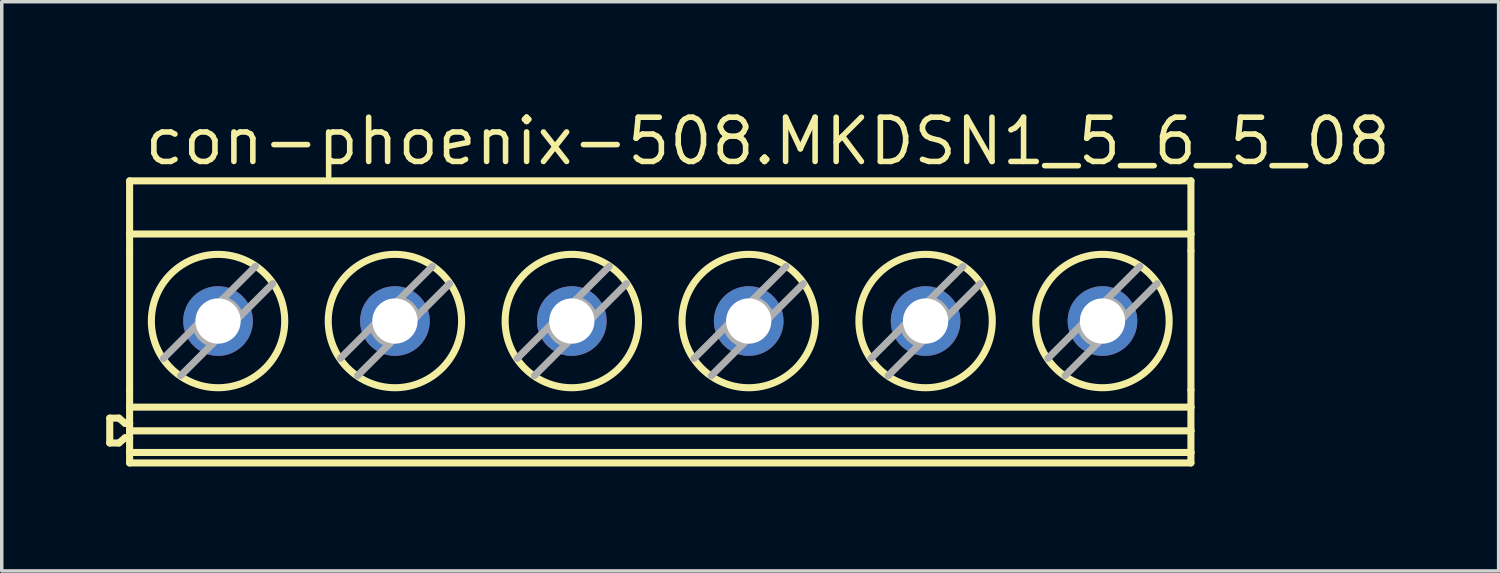
<source format=kicad_pcb>
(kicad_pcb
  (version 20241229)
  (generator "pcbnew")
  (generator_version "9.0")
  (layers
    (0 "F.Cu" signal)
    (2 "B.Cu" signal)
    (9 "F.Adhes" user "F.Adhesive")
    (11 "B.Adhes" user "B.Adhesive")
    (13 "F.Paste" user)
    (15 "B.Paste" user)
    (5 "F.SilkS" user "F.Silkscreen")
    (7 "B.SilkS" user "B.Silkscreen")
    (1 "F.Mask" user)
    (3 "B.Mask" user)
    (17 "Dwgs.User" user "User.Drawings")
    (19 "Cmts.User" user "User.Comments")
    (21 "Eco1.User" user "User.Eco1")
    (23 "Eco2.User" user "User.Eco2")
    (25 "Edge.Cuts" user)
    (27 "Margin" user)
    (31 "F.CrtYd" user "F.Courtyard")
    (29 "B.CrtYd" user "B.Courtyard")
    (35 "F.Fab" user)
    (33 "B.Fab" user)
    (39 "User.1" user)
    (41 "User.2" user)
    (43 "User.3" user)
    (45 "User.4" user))
  (footprint "con-phoenix-508.MKDSN1_5_6_5_08"
    (layer "F.Cu")
    (at 15.912 6.195)
    (property "Reference" "con-phoenix-508.MKDSN1_5_6_5_08" (at -14.89 -4.445 0) (layer "F.SilkS") (effects (font (size 1.27 1.27) (thickness 0.16)) (justify left bottom)))
    (attr through_hole)
    (fp_line (start -15.81 2.763) (end -15.81 3.477) (stroke (width 0.203) (type default)) (layer "F.SilkS"))
    (fp_line (start -15.81 2.763) (end -15.547 2.763) (stroke (width 0.203) (type default)) (layer "F.SilkS"))
    (fp_line (start -15.81 3.477) (end -15.547 3.477) (stroke (width 0.203) (type default)) (layer "F.SilkS"))
    (fp_line (start -15.547 2.763) (end -15.369 2.913) (stroke (width 0.203) (type default)) (layer "F.SilkS"))
    (fp_line (start -15.369 2.913) (end -15.24 2.913) (stroke (width 0.203) (type default)) (layer "F.SilkS"))
    (fp_line (start -15.369 3.327) (end -15.547 3.477) (stroke (width 0.203) (type default)) (layer "F.SilkS"))
    (fp_line (start -15.24 -4.05) (end 15.24 -4.05) (stroke (width 0.203) (type default)) (layer "F.SilkS"))
    (fp_line (start -15.24 -2.524) (end -15.24 -4.05) (stroke (width 0.203) (type default)) (layer "F.SilkS"))
    (fp_line (start -15.24 -2.524) (end -15.24 -2.041) (stroke (width 0.203) (type default)) (layer "F.SilkS"))
    (fp_line (start -15.24 -2.524) (end 15.24 -2.524) (stroke (width 0.203) (type default)) (layer "F.SilkS"))
    (fp_line (start -15.24 1.956) (end -15.24 -2.041) (stroke (width 0.203) (type default)) (layer "F.SilkS"))
    (fp_line (start -15.24 1.956) (end -15.24 2.448) (stroke (width 0.203) (type default)) (layer "F.SilkS"))
    (fp_line (start -15.24 2.913) (end -15.24 2.448) (stroke (width 0.203) (type default)) (layer "F.SilkS"))
    (fp_line (start -15.24 3.128) (end -15.24 2.913) (stroke (width 0.203) (type default)) (layer "F.SilkS"))
    (fp_line (start -15.24 3.128) (end 15.24 3.128) (stroke (width 0.203) (type default)) (layer "F.SilkS"))
    (fp_line (start -15.24 3.327) (end -15.369 3.327) (stroke (width 0.203) (type default)) (layer "F.SilkS"))
    (fp_line (start -15.24 3.327) (end -15.24 3.128) (stroke (width 0.203) (type default)) (layer "F.SilkS"))
    (fp_line (start -15.24 3.75) (end -15.24 3.327) (stroke (width 0.203) (type default)) (layer "F.SilkS"))
    (fp_line (start -15.24 3.75) (end -15.24 4.05) (stroke (width 0.203) (type default)) (layer "F.SilkS"))
    (fp_line (start -15.24 4.05) (end 15.24 4.05) (stroke (width 0.203) (type default)) (layer "F.SilkS"))
    (fp_line (start 15.24 -2.524) (end 15.24 -4.05) (stroke (width 0.203) (type default)) (layer "F.SilkS"))
    (fp_line (start 15.24 -2.524) (end 15.24 -2.041) (stroke (width 0.203) (type default)) (layer "F.SilkS"))
    (fp_line (start 15.24 1.956) (end 15.24 -2.041) (stroke (width 0.203) (type default)) (layer "F.SilkS"))
    (fp_line (start 15.24 1.956) (end 15.24 2.448) (stroke (width 0.203) (type default)) (layer "F.SilkS"))
    (fp_line (start 15.24 2.448) (end -15.24 2.448) (stroke (width 0.203) (type default)) (layer "F.SilkS"))
    (fp_line (start 15.24 3.128) (end 15.24 2.448) (stroke (width 0.203) (type default)) (layer "F.SilkS"))
    (fp_line (start 15.24 3.75) (end -15.24 3.75) (stroke (width 0.203) (type default)) (layer "F.SilkS"))
    (fp_line (start 15.24 3.75) (end 15.24 3.128) (stroke (width 0.203) (type default)) (layer "F.SilkS"))
    (fp_line (start 15.24 3.75) (end 15.24 4.05) (stroke (width 0.203) (type default)) (layer "F.SilkS"))
    (fp_circle (center -12.7 -0.025) (end -10.785 -0.025) (stroke (width 0.203) (type default)) (fill no) (layer "F.SilkS"))
    (fp_circle (center -7.62 -0.025) (end -5.705 -0.025) (stroke (width 0.203) (type default)) (fill no) (layer "F.SilkS"))
    (fp_circle (center -2.54 -0.025) (end -0.625 -0.025) (stroke (width 0.203) (type default)) (fill no) (layer "F.SilkS"))
    (fp_circle (center 2.54 -0.025) (end 4.455 -0.025) (stroke (width 0.203) (type default)) (fill no) (layer "F.SilkS"))
    (fp_circle (center 7.62 -0.025) (end 9.535 -0.025) (stroke (width 0.203) (type default)) (fill no) (layer "F.SilkS"))
    (fp_circle (center 12.7 -0.025) (end 14.615 -0.025) (stroke (width 0.203) (type default)) (fill no) (layer "F.SilkS"))
    (fp_line (start -14.268 1.048) (end -13.339 0.119) (stroke (width 0.203) (type default)) (layer "F.Fab"))
    (fp_line (start -13.339 0.119) (end -12.7 -0.52) (stroke (width 0.203) (type default)) (layer "F.Fab"))
    (fp_line (start -12.86 0.63) (end -13.773 1.543) (stroke (width 0.203) (type default)) (layer "F.Fab"))
    (fp_line (start -12.7 -0.52) (end -12.581 -0.639) (stroke (width 0.203) (type default)) (layer "F.Fab"))
    (fp_line (start -12.7 0.47) (end -12.86 0.63) (stroke (width 0.203) (type default)) (layer "F.Fab"))
    (fp_line (start -12.581 -0.639) (end -11.627 -1.593) (stroke (width 0.203) (type default)) (layer "F.Fab"))
    (fp_line (start -12.07 -0.16) (end -12.7 0.47) (stroke (width 0.203) (type default)) (layer "F.Fab"))
    (fp_line (start -11.132 -1.098) (end -12.07 -0.16) (stroke (width 0.203) (type default)) (layer "F.Fab"))
    (fp_line (start -9.188 1.048) (end -8.259 0.119) (stroke (width 0.203) (type default)) (layer "F.Fab"))
    (fp_line (start -8.259 0.119) (end -7.62 -0.52) (stroke (width 0.203) (type default)) (layer "F.Fab"))
    (fp_line (start -7.78 0.63) (end -8.693 1.543) (stroke (width 0.203) (type default)) (layer "F.Fab"))
    (fp_line (start -7.62 -0.52) (end -7.501 -0.639) (stroke (width 0.203) (type default)) (layer "F.Fab"))
    (fp_line (start -7.62 0.47) (end -7.78 0.63) (stroke (width 0.203) (type default)) (layer "F.Fab"))
    (fp_line (start -7.501 -0.639) (end -6.547 -1.593) (stroke (width 0.203) (type default)) (layer "F.Fab"))
    (fp_line (start -6.99 -0.16) (end -7.62 0.47) (stroke (width 0.203) (type default)) (layer "F.Fab"))
    (fp_line (start -6.052 -1.098) (end -6.99 -0.16) (stroke (width 0.203) (type default)) (layer "F.Fab"))
    (fp_line (start -4.108 1.048) (end -3.179 0.119) (stroke (width 0.203) (type default)) (layer "F.Fab"))
    (fp_line (start -3.179 0.119) (end -2.54 -0.52) (stroke (width 0.203) (type default)) (layer "F.Fab"))
    (fp_line (start -2.7 0.63) (end -3.613 1.543) (stroke (width 0.203) (type default)) (layer "F.Fab"))
    (fp_line (start -2.54 -0.52) (end -2.421 -0.639) (stroke (width 0.203) (type default)) (layer "F.Fab"))
    (fp_line (start -2.54 0.47) (end -2.7 0.63) (stroke (width 0.203) (type default)) (layer "F.Fab"))
    (fp_line (start -2.421 -0.639) (end -1.467 -1.593) (stroke (width 0.203) (type default)) (layer "F.Fab"))
    (fp_line (start -1.91 -0.16) (end -2.54 0.47) (stroke (width 0.203) (type default)) (layer "F.Fab"))
    (fp_line (start -0.972 -1.098) (end -1.91 -0.16) (stroke (width 0.203) (type default)) (layer "F.Fab"))
    (fp_line (start 0.972 1.048) (end 1.901 0.119) (stroke (width 0.203) (type default)) (layer "F.Fab"))
    (fp_line (start 1.901 0.119) (end 2.54 -0.52) (stroke (width 0.203) (type default)) (layer "F.Fab"))
    (fp_line (start 2.38 0.63) (end 1.467 1.543) (stroke (width 0.203) (type default)) (layer "F.Fab"))
    (fp_line (start 2.54 -0.52) (end 2.659 -0.639) (stroke (width 0.203) (type default)) (layer "F.Fab"))
    (fp_line (start 2.54 0.47) (end 2.38 0.63) (stroke (width 0.203) (type default)) (layer "F.Fab"))
    (fp_line (start 2.659 -0.639) (end 3.613 -1.593) (stroke (width 0.203) (type default)) (layer "F.Fab"))
    (fp_line (start 3.17 -0.16) (end 2.54 0.47) (stroke (width 0.203) (type default)) (layer "F.Fab"))
    (fp_line (start 4.108 -1.098) (end 3.17 -0.16) (stroke (width 0.203) (type default)) (layer "F.Fab"))
    (fp_line (start 6.052 1.048) (end 6.981 0.119) (stroke (width 0.203) (type default)) (layer "F.Fab"))
    (fp_line (start 6.981 0.119) (end 7.62 -0.52) (stroke (width 0.203) (type default)) (layer "F.Fab"))
    (fp_line (start 7.46 0.63) (end 6.547 1.543) (stroke (width 0.203) (type default)) (layer "F.Fab"))
    (fp_line (start 7.62 -0.52) (end 7.739 -0.639) (stroke (width 0.203) (type default)) (layer "F.Fab"))
    (fp_line (start 7.62 0.47) (end 7.46 0.63) (stroke (width 0.203) (type default)) (layer "F.Fab"))
    (fp_line (start 7.739 -0.639) (end 8.693 -1.593) (stroke (width 0.203) (type default)) (layer "F.Fab"))
    (fp_line (start 8.25 -0.16) (end 7.62 0.47) (stroke (width 0.203) (type default)) (layer "F.Fab"))
    (fp_line (start 9.188 -1.098) (end 8.25 -0.16) (stroke (width 0.203) (type default)) (layer "F.Fab"))
    (fp_line (start 11.132 1.048) (end 12.061 0.119) (stroke (width 0.203) (type default)) (layer "F.Fab"))
    (fp_line (start 12.061 0.119) (end 12.7 -0.52) (stroke (width 0.203) (type default)) (layer "F.Fab"))
    (fp_line (start 12.54 0.63) (end 11.627 1.543) (stroke (width 0.203) (type default)) (layer "F.Fab"))
    (fp_line (start 12.7 -0.52) (end 12.819 -0.639) (stroke (width 0.203) (type default)) (layer "F.Fab"))
    (fp_line (start 12.7 0.47) (end 12.54 0.63) (stroke (width 0.203) (type default)) (layer "F.Fab"))
    (fp_line (start 12.819 -0.639) (end 13.773 -1.593) (stroke (width 0.203) (type default)) (layer "F.Fab"))
    (fp_line (start 13.33 -0.16) (end 12.7 0.47) (stroke (width 0.203) (type default)) (layer "F.Fab"))
    (fp_line (start 14.268 -1.098) (end 13.33 -0.16) (stroke (width 0.203) (type default)) (layer "F.Fab"))
    (fp_arc (start -12.86 0.63) (mid -13.174216 0.444537) (end -13.339 0.119) (stroke (width 0.2032) (type default)) (layer "F.Fab"))
    (fp_arc (start -12.581 -0.639) (mid -12.255463 -0.474216) (end -12.07 -0.16) (stroke (width 0.2032) (type default)) (layer "F.Fab"))
    (fp_arc (start -7.78 0.63) (mid -8.094216 0.444537) (end -8.259 0.119) (stroke (width 0.2032) (type default)) (layer "F.Fab"))
    (fp_arc (start -7.501 -0.639) (mid -7.175463 -0.474216) (end -6.99 -0.16) (stroke (width 0.2032) (type default)) (layer "F.Fab"))
    (fp_arc (start -2.7 0.63) (mid -3.014216 0.444537) (end -3.179 0.119) (stroke (width 0.2032) (type default)) (layer "F.Fab"))
    (fp_arc (start -2.421 -0.639) (mid -2.095463 -0.474216) (end -1.91 -0.16) (stroke (width 0.2032) (type default)) (layer "F.Fab"))
    (fp_arc (start 2.38 0.63) (mid 2.065784 0.444537) (end 1.901 0.119) (stroke (width 0.2032) (type default)) (layer "F.Fab"))
    (fp_arc (start 2.659 -0.639) (mid 2.984537 -0.474216) (end 3.17 -0.16) (stroke (width 0.2032) (type default)) (layer "F.Fab"))
    (fp_arc (start 7.46 0.63) (mid 7.145784 0.444537) (end 6.981 0.119) (stroke (width 0.2032) (type default)) (layer "F.Fab"))
    (fp_arc (start 7.739 -0.639) (mid 8.064537 -0.474216) (end 8.25 -0.16) (stroke (width 0.2032) (type default)) (layer "F.Fab"))
    (fp_arc (start 12.54 0.63) (mid 12.225784 0.444537) (end 12.061 0.119) (stroke (width 0.2032) (type default)) (layer "F.Fab"))
    (fp_arc (start 12.819 -0.639) (mid 13.144537 -0.474216) (end 13.33 -0.16) (stroke (width 0.2032) (type default)) (layer "F.Fab"))
    (pad "1" thru_hole circle (at -12.7 -0.025) (size 2 2) (drill 1.3) (layers "*.Cu" "*.Mask"))
    (pad "2" thru_hole circle (at -7.62 -0.025) (size 2 2) (drill 1.3) (layers "*.Cu" "*.Mask"))
    (pad "3" thru_hole circle (at -2.54 -0.025) (size 2 2) (drill 1.3) (layers "*.Cu" "*.Mask"))
    (pad "4" thru_hole circle (at 2.54 -0.025) (size 2 2) (drill 1.3) (layers "*.Cu" "*.Mask"))
    (pad "5" thru_hole circle (at 7.62 -0.025) (size 2 2) (drill 1.3) (layers "*.Cu" "*.Mask"))
    (pad "6" thru_hole circle (at 12.7 -0.025) (size 2 2) (drill 1.3) (layers "*.Cu" "*.Mask")))
  (gr_rect
    (start -3 -3)
    (end 39.989 13.347)
    (stroke (width 0.1) (type default))
    (fill no)
    (layer "Edge.Cuts")))
</source>
